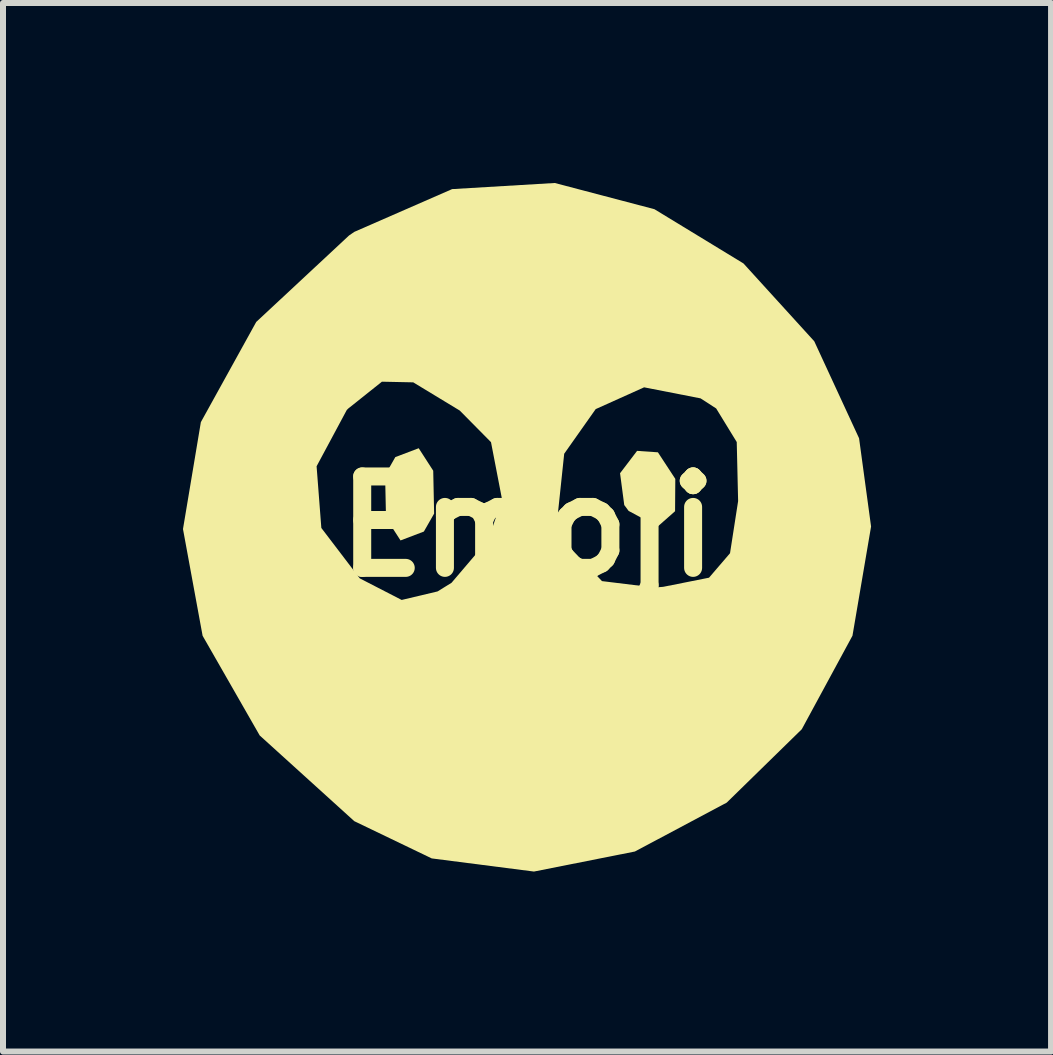
<source format=kicad_pcb>
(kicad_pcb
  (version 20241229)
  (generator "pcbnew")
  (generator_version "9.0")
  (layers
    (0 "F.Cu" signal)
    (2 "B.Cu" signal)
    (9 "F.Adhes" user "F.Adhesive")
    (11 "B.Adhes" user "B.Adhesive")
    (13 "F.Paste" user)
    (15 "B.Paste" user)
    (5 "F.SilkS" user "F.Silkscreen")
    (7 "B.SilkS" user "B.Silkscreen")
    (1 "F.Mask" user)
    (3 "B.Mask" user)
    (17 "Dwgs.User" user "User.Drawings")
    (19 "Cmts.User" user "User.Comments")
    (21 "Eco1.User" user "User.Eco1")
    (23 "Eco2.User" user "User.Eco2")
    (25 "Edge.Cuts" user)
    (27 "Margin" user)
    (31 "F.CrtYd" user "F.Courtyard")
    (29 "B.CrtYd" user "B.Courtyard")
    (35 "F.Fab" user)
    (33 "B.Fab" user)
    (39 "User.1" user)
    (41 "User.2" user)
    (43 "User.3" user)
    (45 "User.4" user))
  (footprint "Emoji"
    (layer "F.Cu")
    (at 5.745 5.726)
    (property "Reference" "Emoji" (at 0 0 0) (layer "F.SilkS") (effects (font (size 1.524 1.524) (thickness 0.3))))
    (attr board_only exclude_from_pos_files exclude_from_bom)
    (fp_poly (pts (xy -1.574 -0.93) (xy -1.559 -0.215) (xy -1.73 0.084) (xy -2.119 0.232) (xy -2.361 -0.143) (xy -2.376 -0.858) (xy -2.206 -1.157) (xy -1.816 -1.305)) (stroke (width 0) (type solid)) (fill yes) (layer "F.SilkS"))
    (fp_poly (pts (xy 2.171 -1.237) (xy 2.461 -0.794) (xy 2.457 -0.255) (xy 2.168 0) (xy 1.683 -0.26) (xy 1.61 -0.358) (xy 1.54 -0.888) (xy 1.824 -1.261)) (stroke (width 0) (type solid)) (fill yes) (layer "F.SilkS"))
    (fp_poly (pts (xy 2.113 -5.289) (xy 3.597 -4.385) (xy 4.777 -3.088) (xy 5.524 -1.471) (xy 5.724 0) (xy 5.414 1.82) (xy 4.569 3.379) (xy 3.318 4.602) (xy 1.787 5.417) (xy 0.105 5.751) (xy -1.599 5.532) (xy -2.89 4.911) (xy -4.466 3.483) (xy -5.418 1.821) (xy -5.745 0.042) (xy -5.57 -1.004) (xy -3.518 -1.004) (xy -3.439 0.024) (xy -2.801 0.861) (xy -2.789 0.869) (xy -2.1 1.224) (xy -1.502 1.082) (xy -1.269 0.938) (xy -0.654 0.216) (xy -0.494 -0.256) (xy 0.508 -0.256) (xy 0.719 0.365) (xy 1.239 0.91) (xy 2.114 1.017) (xy 2.26 1.005) (xy 3.023 0.853) (xy 3.373 0.445) (xy 3.508 -0.424) (xy 3.485 -1.408) (xy 3.142 -1.968) (xy 2.882 -2.136) (xy 1.941 -2.32) (xy 1.134 -1.957) (xy 0.609 -1.213) (xy 0.508 -0.256) (xy -0.494 -0.256) (xy -0.427 -0.453) (xy -0.611 -1.406) (xy -1.132 -1.933) (xy -1.907 -2.403) (xy -2.429 -2.414) (xy -2.99 -1.967) (xy -3.015 -1.942) (xy -3.518 -1.004) (xy -5.57 -1.004) (xy -5.447 -1.74) (xy -4.524 -3.41) (xy -2.977 -4.851) (xy -2.89 -4.911) (xy -1.259 -5.624) (xy 0.452 -5.726)) (stroke (width 0) (type solid)) (fill yes) (layer "F.SilkS")))
  (gr_rect
    (start -3 -3)
    (end 14.469 14.477)
    (stroke (width 0.1) (type default))
    (fill no)
    (layer "Edge.Cuts")))
</source>
